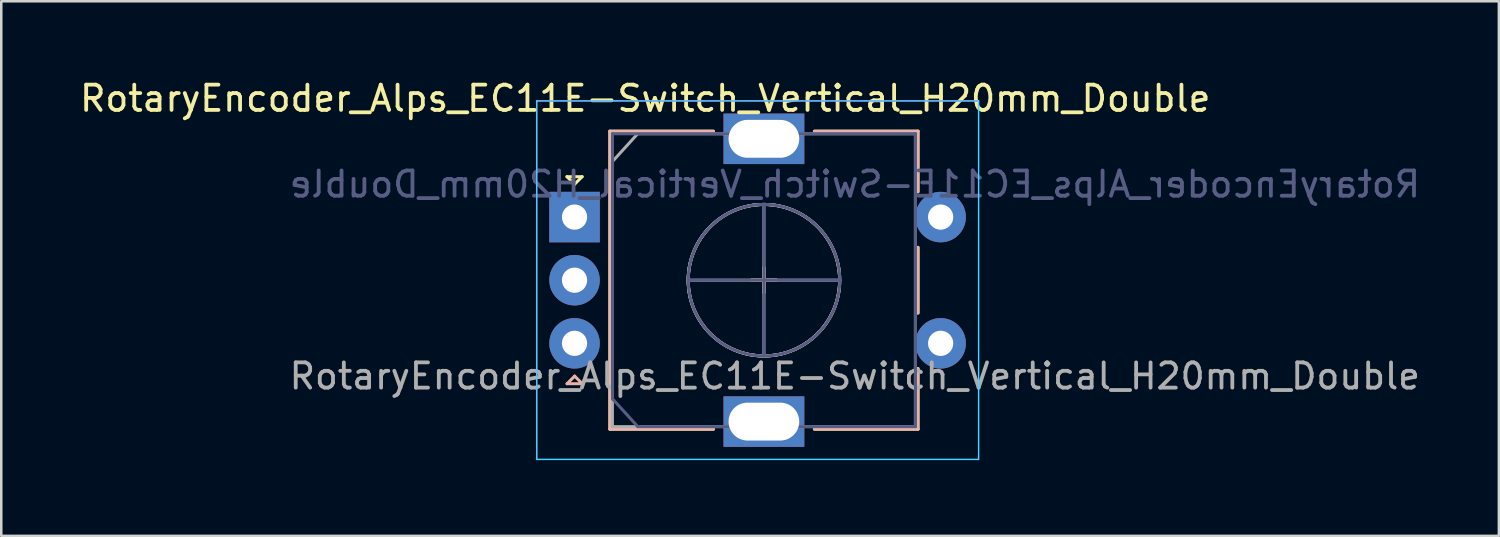
<source format=kicad_pcb>
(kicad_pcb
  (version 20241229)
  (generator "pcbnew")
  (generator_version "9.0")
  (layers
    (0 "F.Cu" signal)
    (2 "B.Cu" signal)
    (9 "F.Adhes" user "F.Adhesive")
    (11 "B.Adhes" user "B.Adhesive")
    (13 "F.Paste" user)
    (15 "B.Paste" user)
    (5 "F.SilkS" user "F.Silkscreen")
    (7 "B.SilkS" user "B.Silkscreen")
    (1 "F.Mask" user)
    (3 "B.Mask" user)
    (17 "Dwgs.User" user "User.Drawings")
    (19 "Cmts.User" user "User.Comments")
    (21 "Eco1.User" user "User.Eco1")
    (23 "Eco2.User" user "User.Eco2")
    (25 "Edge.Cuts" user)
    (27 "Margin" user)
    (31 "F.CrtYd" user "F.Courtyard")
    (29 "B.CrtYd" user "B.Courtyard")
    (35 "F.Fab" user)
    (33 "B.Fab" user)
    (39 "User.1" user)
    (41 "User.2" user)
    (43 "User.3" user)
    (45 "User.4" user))
  (footprint "RotaryEncoder_Alps_EC11E-Switch_Vertical_H20mm_Double"
    (layer "F.Cu")
    (at 19.706 5.548)
    (property "Reference" "RotaryEncoder_Alps_EC11E-Switch_Vertical_H20mm_Double" (at 2.8 -4.7 0) (layer "F.SilkS") (effects (font (size 1 1) (thickness 0.15))))
    (attr through_hole)
    (fp_line (start -0.3 -1.6) (end 0.3 -1.6) (stroke (width 0.12) (type solid)) (layer "F.SilkS"))
    (fp_line (start 0 -1.3) (end -0.3 -1.6) (stroke (width 0.12) (type solid)) (layer "F.SilkS"))
    (fp_line (start 0.3 -1.6) (end 0 -1.3) (stroke (width 0.12) (type solid)) (layer "F.SilkS"))
    (fp_line (start 1.4 -3.4) (end 1.4 8.4) (stroke (width 0.12) (type solid)) (layer "F.SilkS"))
    (fp_line (start 5.5 -3.4) (end 1.4 -3.4) (stroke (width 0.12) (type solid)) (layer "F.SilkS"))
    (fp_line (start 5.5 8.4) (end 1.4 8.4) (stroke (width 0.12) (type solid)) (layer "F.SilkS"))
    (fp_line (start 7 2.5) (end 8 2.5) (stroke (width 0.12) (type solid)) (layer "F.SilkS"))
    (fp_line (start 7.5 2) (end 7.5 3) (stroke (width 0.12) (type solid)) (layer "F.SilkS"))
    (fp_line (start 9.5 -3.4) (end 13.6 -3.4) (stroke (width 0.12) (type solid)) (layer "F.SilkS"))
    (fp_line (start 13.6 -3.4) (end 13.6 -1) (stroke (width 0.12) (type solid)) (layer "F.SilkS"))
    (fp_line (start 13.6 1.2) (end 13.6 3.8) (stroke (width 0.12) (type solid)) (layer "F.SilkS"))
    (fp_line (start 13.6 6) (end 13.6 8.4) (stroke (width 0.12) (type solid)) (layer "F.SilkS"))
    (fp_line (start 13.6 8.4) (end 9.5 8.4) (stroke (width 0.12) (type solid)) (layer "F.SilkS"))
    (fp_circle (center 7.5 2.5) (end 10.5 2.5) (stroke (width 0.12) (type solid)) (fill no) (layer "F.SilkS"))
    (fp_line (start -0.296 6.599) (end 0.304 6.599) (stroke (width 0.12) (type solid)) (layer "B.SilkS"))
    (fp_line (start 0.004 6.299) (end -0.296 6.599) (stroke (width 0.12) (type solid)) (layer "B.SilkS"))
    (fp_line (start 0.304 6.599) (end 0.004 6.299) (stroke (width 0.12) (type solid)) (layer "B.SilkS"))
    (fp_line (start 1.404 8.399) (end 1.404 -3.401) (stroke (width 0.12) (type solid)) (layer "B.SilkS"))
    (fp_line (start 5.504 -3.401) (end 1.404 -3.401) (stroke (width 0.12) (type solid)) (layer "B.SilkS"))
    (fp_line (start 5.504 8.399) (end 1.404 8.399) (stroke (width 0.12) (type solid)) (layer "B.SilkS"))
    (fp_line (start 7.004 2.499) (end 8.004 2.499) (stroke (width 0.12) (type solid)) (layer "B.SilkS"))
    (fp_line (start 7.504 2.999) (end 7.504 1.999) (stroke (width 0.12) (type solid)) (layer "B.SilkS"))
    (fp_line (start 9.504 8.399) (end 13.604 8.399) (stroke (width 0.12) (type solid)) (layer "B.SilkS"))
    (fp_line (start 13.604 -3.401) (end 9.504 -3.401) (stroke (width 0.12) (type solid)) (layer "B.SilkS"))
    (fp_line (start 13.604 -1.001) (end 13.604 -3.401) (stroke (width 0.12) (type solid)) (layer "B.SilkS"))
    (fp_line (start 13.604 3.799) (end 13.604 1.199) (stroke (width 0.12) (type solid)) (layer "B.SilkS"))
    (fp_line (start 13.604 8.399) (end 13.604 5.999) (stroke (width 0.12) (type solid)) (layer "B.SilkS"))
    (fp_circle (center 7.504 2.499) (end 10.504 2.499) (stroke (width 0.12) (type solid)) (fill no) (layer "B.SilkS"))
    (fp_line (start -1.496 9.599) (end -1.496 -4.601) (stroke (width 0.05) (type solid)) (layer "B.CrtYd"))
    (fp_line (start -1.496 9.599) (end 16.004 9.599) (stroke (width 0.05) (type solid)) (layer "B.CrtYd"))
    (fp_line (start 16.004 -4.601) (end -1.496 -4.601) (stroke (width 0.05) (type solid)) (layer "B.CrtYd"))
    (fp_line (start 16.004 -4.601) (end 16.004 9.599) (stroke (width 0.05) (type solid)) (layer "B.CrtYd"))
    (fp_line (start -1.5 -4.6) (end -1.5 9.6) (stroke (width 0.05) (type solid)) (layer "F.CrtYd"))
    (fp_line (start -1.5 -4.6) (end 16 -4.6) (stroke (width 0.05) (type solid)) (layer "F.CrtYd"))
    (fp_line (start 16 9.6) (end -1.5 9.6) (stroke (width 0.05) (type solid)) (layer "F.CrtYd"))
    (fp_line (start 16 9.6) (end 16 -4.6) (stroke (width 0.05) (type solid)) (layer "F.CrtYd"))
    (fp_line (start 1.504 -3.301) (end 1.504 7.199) (stroke (width 0.12) (type solid)) (layer "B.Fab"))
    (fp_line (start 1.504 7.199) (end 2.504 8.299) (stroke (width 0.12) (type solid)) (layer "B.Fab"))
    (fp_line (start 2.504 8.299) (end 13.504 8.299) (stroke (width 0.12) (type solid)) (layer "B.Fab"))
    (fp_line (start 4.504 2.499) (end 10.504 2.499) (stroke (width 0.12) (type solid)) (layer "B.Fab"))
    (fp_line (start 7.504 5.499) (end 7.504 -0.501) (stroke (width 0.12) (type solid)) (layer "B.Fab"))
    (fp_line (start 13.504 -3.301) (end 1.504 -3.301) (stroke (width 0.12) (type solid)) (layer "B.Fab"))
    (fp_line (start 13.504 8.299) (end 13.504 -3.301) (stroke (width 0.12) (type solid)) (layer "B.Fab"))
    (fp_circle (center 7.504 2.499) (end 10.504 2.499) (stroke (width 0.12) (type solid)) (fill no) (layer "B.Fab"))
    (fp_line (start 1.5 -2.2) (end 2.5 -3.3) (stroke (width 0.12) (type solid)) (layer "F.Fab"))
    (fp_line (start 1.5 8.3) (end 1.5 -2.2) (stroke (width 0.12) (type solid)) (layer "F.Fab"))
    (fp_line (start 2.5 -3.3) (end 13.5 -3.3) (stroke (width 0.12) (type solid)) (layer "F.Fab"))
    (fp_line (start 4.5 2.5) (end 10.5 2.5) (stroke (width 0.12) (type solid)) (layer "F.Fab"))
    (fp_line (start 7.5 -0.5) (end 7.5 5.5) (stroke (width 0.12) (type solid)) (layer "F.Fab"))
    (fp_line (start 13.5 -3.3) (end 13.5 8.3) (stroke (width 0.12) (type solid)) (layer "F.Fab"))
    (fp_line (start 13.5 8.3) (end 1.5 8.3) (stroke (width 0.12) (type solid)) (layer "F.Fab"))
    (fp_circle (center 7.5 2.5) (end 10.5 2.5) (stroke (width 0.12) (type solid)) (fill no) (layer "F.Fab"))
    (fp_text user "${REFERENCE}" (at 11.104 -1.301 180) (layer "B.Fab") (effects (font (size 1 1) (thickness 0.15)) (justify mirror)))
    (fp_text user "${REFERENCE}" (at 11.1 6.3 0) (layer "F.Fab") (effects (font (size 1 1) (thickness 0.15))))
    (pad "A" thru_hole rect (at 0 0) (size 2 2) (drill 1) (layers "*.Cu" "*.Mask"))
    (pad "B" thru_hole circle (at 0 5) (size 2 2) (drill 1) (layers "*.Cu" "*.Mask"))
    (pad "C" thru_hole circle (at 0 2.5) (size 2 2) (drill 1) (layers "*.Cu" "*.Mask"))
    (pad "MP" thru_hole rect (at 7.5 -3.1) (size 3.2 2) (drill oval 2.8 1.5) (layers "*.Cu" "*.Mask"))
    (pad "MP" thru_hole rect (at 7.5 8.1) (size 3.2 2) (drill oval 2.8 1.5) (layers "*.Cu" "*.Mask"))
    (pad "S1" thru_hole circle (at 14.5 5) (size 2 2) (drill 1) (layers "*.Cu" "*.Mask"))
    (pad "S2" thru_hole circle (at 14.5 0) (size 2 2) (drill 1) (layers "*.Cu" "*.Mask")))
  (gr_rect
    (start -3 -3)
    (end 56.316 18.173)
    (stroke (width 0.1) (type default))
    (fill no)
    (layer "Edge.Cuts")))
</source>
